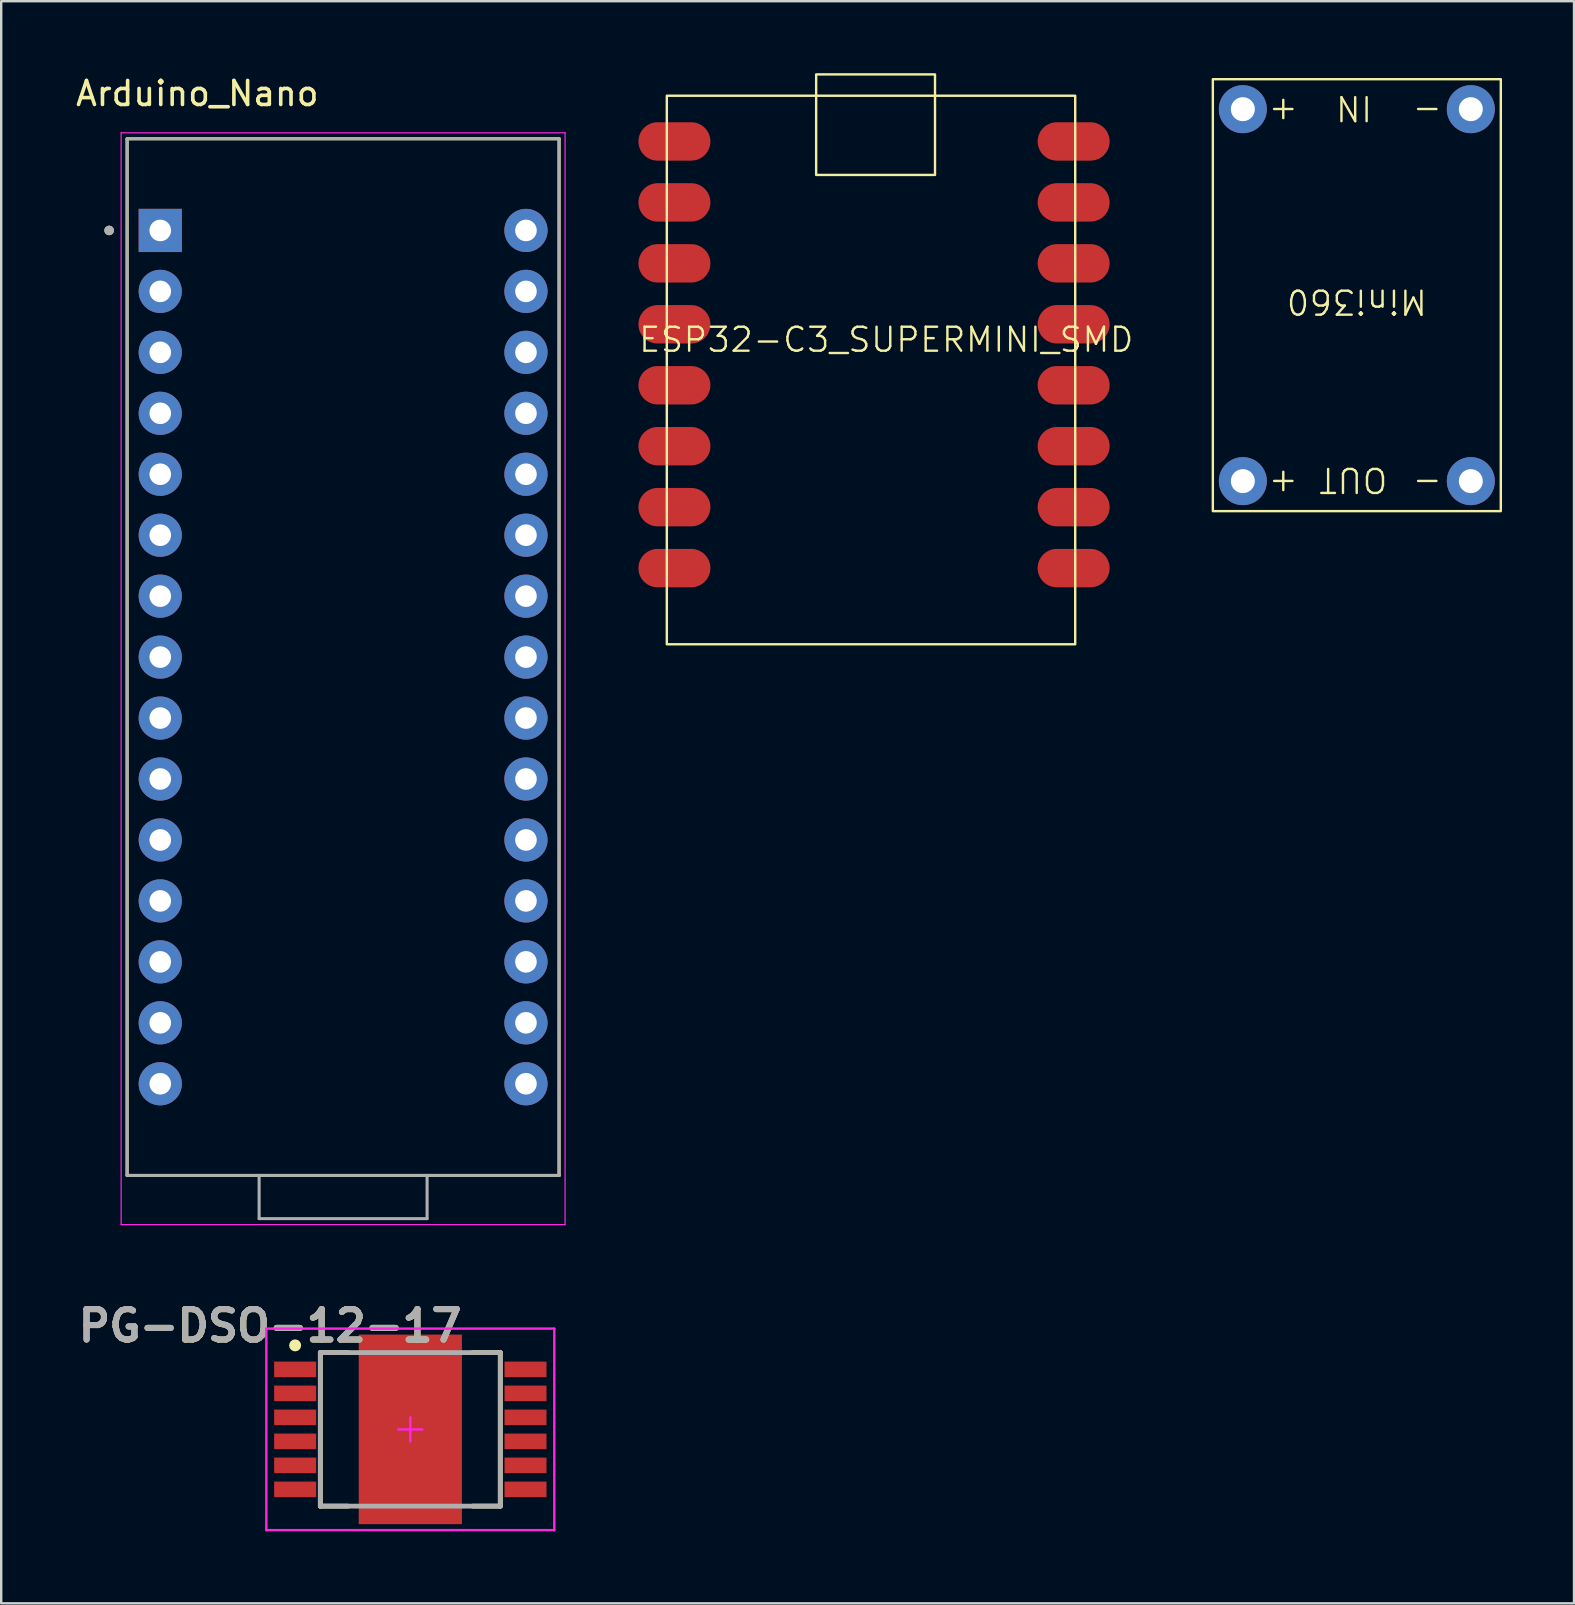
<source format=kicad_pcb>
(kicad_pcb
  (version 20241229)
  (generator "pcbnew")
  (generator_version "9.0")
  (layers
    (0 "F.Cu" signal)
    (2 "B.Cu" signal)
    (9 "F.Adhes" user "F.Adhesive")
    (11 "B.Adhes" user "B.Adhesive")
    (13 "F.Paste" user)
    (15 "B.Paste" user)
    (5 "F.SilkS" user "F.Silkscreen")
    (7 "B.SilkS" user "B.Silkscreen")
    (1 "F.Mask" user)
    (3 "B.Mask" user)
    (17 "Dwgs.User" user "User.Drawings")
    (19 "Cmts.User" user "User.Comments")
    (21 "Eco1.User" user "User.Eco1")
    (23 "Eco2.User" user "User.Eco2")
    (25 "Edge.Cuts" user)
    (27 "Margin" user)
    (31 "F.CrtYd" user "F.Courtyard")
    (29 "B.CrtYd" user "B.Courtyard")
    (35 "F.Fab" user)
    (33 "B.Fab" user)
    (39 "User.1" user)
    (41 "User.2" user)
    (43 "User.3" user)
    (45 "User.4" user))
  (footprint "ESP32-C3_SUPERMINI_SMD"
    (layer "F.Cu")
    (at 33.424 11.724)
    (property "Reference" "ESP32-C3_SUPERMINI_SMD" (at 0.458 -0.617 0) (unlocked yes) (layer "F.SilkS") (effects (font (size 1 1) (thickness 0.1))))
    (attr through_hole)
    (fp_poly (pts (xy -8.686 -10.785) (xy 8.332 -10.785) (xy 8.332 12.075) (xy -8.686 12.075)) (stroke (width 0.1) (type default)) (fill no) (layer "F.SilkS"))
    (fp_poly (pts (xy -2.463 -11.674) (xy 2.49 -11.674) (xy 2.49 -7.483) (xy -2.463 -7.483)) (stroke (width 0.1) (type default)) (fill no) (layer "F.SilkS"))
    (pad "1" smd oval (at -7.67 -8.88) (size 3 1.6) (drill (offset -0.7 0)) (layers "F.Cu" "F.Mask" "F.Paste"))
    (pad "2" smd oval (at -7.67 -6.34) (size 3 1.6) (drill (offset -0.7 0)) (layers "F.Cu" "F.Mask" "F.Paste"))
    (pad "3" smd oval (at -7.67 -3.8) (size 3 1.6) (drill (offset -0.7 0)) (layers "F.Cu" "F.Mask" "F.Paste"))
    (pad "4" smd oval (at -7.67 -1.26) (size 3 1.6) (drill (offset -0.7 0)) (layers "F.Cu" "F.Mask" "F.Paste"))
    (pad "5" smd oval (at -7.67 1.28) (size 3 1.6) (drill (offset -0.7 0)) (layers "F.Cu" "F.Mask" "F.Paste"))
    (pad "6" smd oval (at -7.67 3.82) (size 3 1.6) (drill (offset -0.7 0)) (layers "F.Cu" "F.Mask" "F.Paste"))
    (pad "7" smd oval (at -7.67 6.36) (size 3 1.6) (drill (offset -0.7 0)) (layers "F.Cu" "F.Mask" "F.Paste"))
    (pad "8" smd oval (at -7.67 8.9) (size 3 1.6) (drill (offset -0.7 0)) (layers "F.Cu" "F.Mask" "F.Paste"))
    (pad "9" smd oval (at 7.567 -8.88) (size 3 1.6) (drill (offset 0.7 0)) (layers "F.Cu" "F.Mask" "F.Paste"))
    (pad "10" smd oval (at 7.567 -6.34) (size 3 1.6) (drill (offset 0.7 0)) (layers "F.Cu" "F.Mask" "F.Paste"))
    (pad "11" smd oval (at 7.567 -3.8) (size 3 1.6) (drill (offset 0.7 0)) (layers "F.Cu" "F.Mask" "F.Paste"))
    (pad "12" smd oval (at 7.567 -1.26) (size 3 1.6) (drill (offset 0.7 0)) (layers "F.Cu" "F.Mask" "F.Paste"))
    (pad "13" smd oval (at 7.567 1.28) (size 3 1.6) (drill (offset 0.7 0)) (layers "F.Cu" "F.Mask" "F.Paste"))
    (pad "14" smd oval (at 7.567 3.82) (size 3 1.6) (drill (offset 0.7 0)) (layers "F.Cu" "F.Mask" "F.Paste"))
    (pad "15" smd oval (at 7.567 6.36) (size 3 1.6) (drill (offset 0.7 0)) (layers "F.Cu" "F.Mask" "F.Paste"))
    (pad "16" smd oval (at 7.567 8.9) (size 3 1.6) (drill (offset 0.7 0)) (layers "F.Cu" "F.Mask" "F.Paste")))
  (footprint "PG-DSO-12-17"
    (layer "F.Cu")
    (at 14.049 56.515)
    (property "Reference" "PG-DSO-12-17" (at -5.842 -4.318 0) (layer "F.SilkS") (effects (font (size 1.27 1.27) (thickness 0.254))))
    (attr smd)
    (fp_line (start -3.75 -3.2) (end -2.6 -3.2) (stroke (width 0.2) (type solid)) (layer "F.SilkS"))
    (fp_line (start -3.75 3.2) (end -3.75 -3.2) (stroke (width 0.2) (type solid)) (layer "F.SilkS"))
    (fp_line (start -2.6 3.2) (end -3.75 3.2) (stroke (width 0.2) (type solid)) (layer "F.SilkS"))
    (fp_line (start 2.6 -3.2) (end 3.75 -3.2) (stroke (width 0.2) (type solid)) (layer "F.SilkS"))
    (fp_line (start 3.75 -3.2) (end 3.75 3.2) (stroke (width 0.2) (type solid)) (layer "F.SilkS"))
    (fp_line (start 3.75 3.2) (end 2.6 3.2) (stroke (width 0.2) (type solid)) (layer "F.SilkS"))
    (fp_circle (center -4.8 -3.5) (end -4.8 -3.375) (stroke (width 0.25) (type solid)) (fill no) (layer "F.SilkS"))
    (fp_line (start -6 -4.2) (end -6 4.2) (stroke (width 0.1) (type solid)) (layer "F.CrtYd"))
    (fp_line (start -6 4.2) (end 6 4.2) (stroke (width 0.1) (type solid)) (layer "F.CrtYd"))
    (fp_line (start -0.5 0) (end 0.5 0) (stroke (width 0.1) (type solid)) (layer "F.CrtYd"))
    (fp_line (start 0 0.5) (end 0 -0.5) (stroke (width 0.1) (type solid)) (layer "F.CrtYd"))
    (fp_line (start 6 -4.2) (end -6 -4.2) (stroke (width 0.1) (type solid)) (layer "F.CrtYd"))
    (fp_line (start 6 4.2) (end 6 -4.2) (stroke (width 0.1) (type solid)) (layer "F.CrtYd"))
    (fp_line (start -3.75 -3.2) (end 3.75 -3.2) (stroke (width 0.2) (type solid)) (layer "F.Fab"))
    (fp_line (start -3.75 3.2) (end -3.75 -3.2) (stroke (width 0.2) (type solid)) (layer "F.Fab"))
    (fp_line (start 3.75 -3.2) (end 3.75 3.2) (stroke (width 0.2) (type solid)) (layer "F.Fab"))
    (fp_line (start 3.75 3.2) (end -3.75 3.2) (stroke (width 0.2) (type solid)) (layer "F.Fab"))
    (fp_text user "${REFERENCE}" (at -5.842 -4.318 0) (layer "F.Fab") (effects (font (size 1.27 1.27) (thickness 0.254))))
    (pad "1" smd rect (at -4.8 -2.5 90) (size 0.65 1.75) (layers "F.Cu" "F.Mask" "F.Paste"))
    (pad "2" smd rect (at -4.8 -1.5 90) (size 0.65 1.75) (layers "F.Cu" "F.Mask" "F.Paste"))
    (pad "3" smd rect (at -4.8 -0.5 90) (size 0.65 1.75) (layers "F.Cu" "F.Mask" "F.Paste"))
    (pad "4" smd rect (at -4.8 0.5 90) (size 0.65 1.75) (layers "F.Cu" "F.Mask" "F.Paste"))
    (pad "5" smd rect (at -4.8 1.5 90) (size 0.65 1.75) (layers "F.Cu" "F.Mask" "F.Paste"))
    (pad "6" smd rect (at -4.8 2.5 90) (size 0.65 1.75) (layers "F.Cu" "F.Mask" "F.Paste"))
    (pad "7" smd rect (at 4.8 2.5 90) (size 0.65 1.75) (layers "F.Cu" "F.Mask" "F.Paste"))
    (pad "8" smd rect (at 4.8 1.5 90) (size 0.65 1.75) (layers "F.Cu" "F.Mask" "F.Paste"))
    (pad "9" smd rect (at 4.8 0.5 90) (size 0.65 1.75) (layers "F.Cu" "F.Mask" "F.Paste"))
    (pad "10" smd rect (at 4.8 -0.5 90) (size 0.65 1.75) (layers "F.Cu" "F.Mask" "F.Paste"))
    (pad "11" smd rect (at 4.8 -1.5 90) (size 0.65 1.75) (layers "F.Cu" "F.Mask" "F.Paste"))
    (pad "12" smd rect (at 4.8 -2.5 90) (size 0.65 1.75) (layers "F.Cu" "F.Mask" "F.Paste"))
    (pad "13" smd rect (at 0 0) (size 4.3 7.9) (layers "F.Cu" "F.Mask" "F.Paste")))
  (footprint "Arduino_Nano"
    (layer "F.Cu")
    (at 11.248 24.333)
    (property "Reference" "Arduino_Nano" (at -6.075 -23.485 0) (layer "F.SilkS") (effects (font (size 1 1) (thickness 0.15))))
    (attr through_hole)
    (fp_line (start -9 -21.6) (end 9 -21.6) (stroke (width 0.127) (type solid)) (layer "F.SilkS"))
    (fp_line (start -9 21.6) (end -9 -21.6) (stroke (width 0.127) (type solid)) (layer "F.SilkS"))
    (fp_line (start 9 -21.6) (end 9 21.6) (stroke (width 0.127) (type solid)) (layer "F.SilkS"))
    (fp_line (start 9 21.6) (end -9 21.6) (stroke (width 0.127) (type solid)) (layer "F.SilkS"))
    (fp_circle (center -9.75 -17.78) (end -9.65 -17.78) (stroke (width 0.2) (type solid)) (fill no) (layer "F.SilkS"))
    (fp_line (start -9.25 -21.85) (end -9.25 23.65) (stroke (width 0.05) (type solid)) (layer "F.CrtYd"))
    (fp_line (start -9.25 23.65) (end 9.25 23.65) (stroke (width 0.05) (type solid)) (layer "F.CrtYd"))
    (fp_line (start 9.25 -21.85) (end -9.25 -21.85) (stroke (width 0.05) (type solid)) (layer "F.CrtYd"))
    (fp_line (start 9.25 23.65) (end 9.25 -21.85) (stroke (width 0.05) (type solid)) (layer "F.CrtYd"))
    (fp_line (start -9 -21.6) (end 9 -21.6) (stroke (width 0.127) (type solid)) (layer "F.Fab"))
    (fp_line (start -9 21.6) (end -9 -21.6) (stroke (width 0.127) (type solid)) (layer "F.Fab"))
    (fp_line (start -3.5 21.6) (end -9 21.6) (stroke (width 0.127) (type solid)) (layer "F.Fab"))
    (fp_line (start -3.5 21.6) (end -3.5 23.4) (stroke (width 0.127) (type solid)) (layer "F.Fab"))
    (fp_line (start -3.5 23.4) (end 3.5 23.4) (stroke (width 0.127) (type solid)) (layer "F.Fab"))
    (fp_line (start 3.5 21.6) (end -3.5 21.6) (stroke (width 0.127) (type solid)) (layer "F.Fab"))
    (fp_line (start 3.5 23.4) (end 3.5 21.6) (stroke (width 0.127) (type solid)) (layer "F.Fab"))
    (fp_line (start 9 -21.6) (end 9 21.6) (stroke (width 0.127) (type solid)) (layer "F.Fab"))
    (fp_line (start 9 21.6) (end 3.5 21.6) (stroke (width 0.127) (type solid)) (layer "F.Fab"))
    (fp_circle (center -9.75 -17.78) (end -9.65 -17.78) (stroke (width 0.2) (type solid)) (fill no) (layer "F.Fab"))
    (pad "1" thru_hole rect (at -7.62 -17.78) (size 1.8 1.8) (drill 0.9) (layers "*.Cu" "*.Mask"))
    (pad "2" thru_hole circle (at -7.62 -15.24) (size 1.8 1.8) (drill 0.9) (layers "*.Cu" "*.Mask"))
    (pad "3" thru_hole circle (at -7.62 -12.7) (size 1.8 1.8) (drill 0.9) (layers "*.Cu" "*.Mask"))
    (pad "4" thru_hole circle (at -7.62 -10.16) (size 1.8 1.8) (drill 0.9) (layers "*.Cu" "*.Mask"))
    (pad "5" thru_hole circle (at -7.62 -7.62) (size 1.8 1.8) (drill 0.9) (layers "*.Cu" "*.Mask"))
    (pad "6" thru_hole circle (at -7.62 -5.08) (size 1.8 1.8) (drill 0.9) (layers "*.Cu" "*.Mask"))
    (pad "7" thru_hole circle (at -7.62 -2.54) (size 1.8 1.8) (drill 0.9) (layers "*.Cu" "*.Mask"))
    (pad "8" thru_hole circle (at -7.62 0) (size 1.8 1.8) (drill 0.9) (layers "*.Cu" "*.Mask"))
    (pad "9" thru_hole circle (at -7.62 2.54) (size 1.8 1.8) (drill 0.9) (layers "*.Cu" "*.Mask"))
    (pad "10" thru_hole circle (at -7.62 5.08) (size 1.8 1.8) (drill 0.9) (layers "*.Cu" "*.Mask"))
    (pad "11" thru_hole circle (at -7.62 7.62) (size 1.8 1.8) (drill 0.9) (layers "*.Cu" "*.Mask"))
    (pad "12" thru_hole circle (at -7.62 10.16) (size 1.8 1.8) (drill 0.9) (layers "*.Cu" "*.Mask"))
    (pad "13" thru_hole circle (at -7.62 12.7) (size 1.8 1.8) (drill 0.9) (layers "*.Cu" "*.Mask"))
    (pad "14" thru_hole circle (at -7.62 15.24) (size 1.8 1.8) (drill 0.9) (layers "*.Cu" "*.Mask"))
    (pad "15" thru_hole circle (at -7.62 17.78) (size 1.8 1.8) (drill 0.9) (layers "*.Cu" "*.Mask"))
    (pad "16" thru_hole circle (at 7.62 17.78) (size 1.8 1.8) (drill 0.9) (layers "*.Cu" "*.Mask"))
    (pad "17" thru_hole circle (at 7.62 15.24) (size 1.8 1.8) (drill 0.9) (layers "*.Cu" "*.Mask"))
    (pad "18" thru_hole circle (at 7.62 12.7) (size 1.8 1.8) (drill 0.9) (layers "*.Cu" "*.Mask"))
    (pad "19" thru_hole circle (at 7.62 10.16) (size 1.8 1.8) (drill 0.9) (layers "*.Cu" "*.Mask"))
    (pad "20" thru_hole circle (at 7.62 7.62) (size 1.8 1.8) (drill 0.9) (layers "*.Cu" "*.Mask"))
    (pad "21" thru_hole circle (at 7.62 5.08) (size 1.8 1.8) (drill 0.9) (layers "*.Cu" "*.Mask"))
    (pad "22" thru_hole circle (at 7.62 2.54) (size 1.8 1.8) (drill 0.9) (layers "*.Cu" "*.Mask"))
    (pad "23" thru_hole circle (at 7.62 0) (size 1.8 1.8) (drill 0.9) (layers "*.Cu" "*.Mask"))
    (pad "24" thru_hole circle (at 7.62 -2.54) (size 1.8 1.8) (drill 0.9) (layers "*.Cu" "*.Mask"))
    (pad "25" thru_hole circle (at 7.62 -5.08) (size 1.8 1.8) (drill 0.9) (layers "*.Cu" "*.Mask"))
    (pad "26" thru_hole circle (at 7.62 -7.62) (size 1.8 1.8) (drill 0.9) (layers "*.Cu" "*.Mask"))
    (pad "27" thru_hole circle (at 7.62 -10.16) (size 1.8 1.8) (drill 0.9) (layers "*.Cu" "*.Mask"))
    (pad "28" thru_hole circle (at 7.62 -12.7) (size 1.8 1.8) (drill 0.9) (layers "*.Cu" "*.Mask"))
    (pad "29" thru_hole circle (at 7.62 -15.24) (size 1.8 1.8) (drill 0.9) (layers "*.Cu" "*.Mask"))
    (pad "30" thru_hole circle (at 7.62 -17.78) (size 1.8 1.8) (drill 0.9) (layers "*.Cu" "*.Mask")))
  (footprint "Mini360"
    (layer "F.Cu")
    (at 47.492 0.25)
    (property "Reference" "Mini360" (at 6 9.271 180) (unlocked yes) (layer "F.SilkS") (effects (font (size 1 1) (thickness 0.1))))
    (attr through_hole)
    (fp_rect (start 0 0) (end 12 18) (stroke (width 0.1) (type default)) (fill no) (layer "F.SilkS"))
    (fp_text user "OUT" (at 7.346 16.115 180) (unlocked yes) (layer "F.SilkS") (effects (font (size 1 1) (thickness 0.1)) (justify left bottom)))
    (fp_text user "-" (at 8.25 17.25 0) (unlocked yes) (layer "F.SilkS") (effects (font (size 1 1) (thickness 0.1)) (justify left bottom)))
    (fp_text user "+" (at 2.25 17.25 0) (unlocked yes) (layer "F.SilkS") (effects (font (size 1 1) (thickness 0.1)) (justify left bottom)))
    (fp_text user "+" (at 2.25 1.75 0) (unlocked yes) (layer "F.SilkS") (effects (font (size 1 1) (thickness 0.1)) (justify left bottom)))
    (fp_text user "IN" (at 6.711 0.621 180) (unlocked yes) (layer "F.SilkS") (effects (font (size 1 1) (thickness 0.1)) (justify left bottom)))
    (fp_text user "-" (at 8.25 1.75 0) (unlocked yes) (layer "F.SilkS") (effects (font (size 1 1) (thickness 0.1)) (justify left bottom)))
    (pad "1" thru_hole circle (at 1.25 1.25) (size 2 2) (drill 1) (layers "*.Cu" "*.Mask"))
    (pad "2" thru_hole circle (at 10.75 1.25) (size 2 2) (drill 1) (layers "*.Cu" "*.Mask"))
    (pad "3" thru_hole circle (at 1.25 16.75) (size 2 2) (drill 1) (layers "*.Cu" "*.Mask"))
    (pad "4" thru_hole circle (at 10.75 16.75) (size 2 2) (drill 1) (layers "*.Cu" "*.Mask")))
  (gr_rect
    (start -3 -3)
    (end 62.542 63.765)
    (stroke (width 0.1) (type default))
    (fill no)
    (layer "Edge.Cuts")))
</source>
